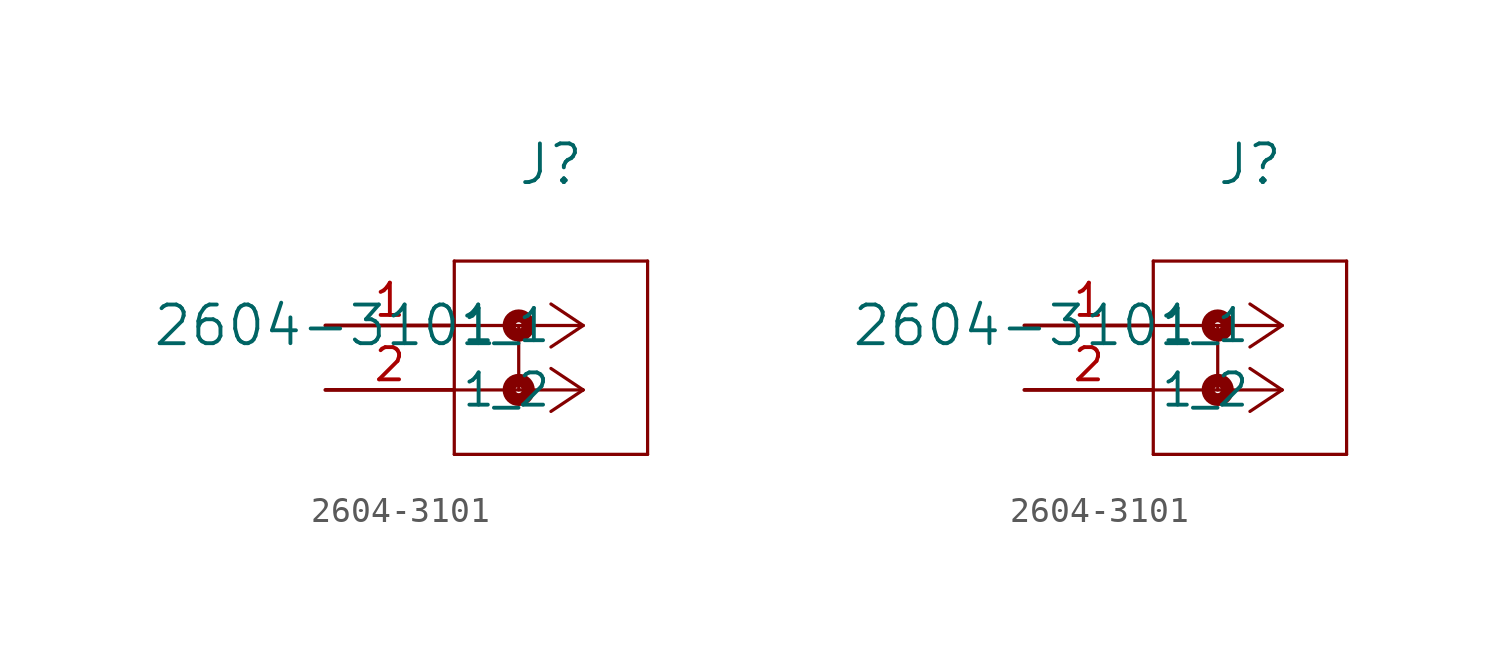
<source format=kicad_sym>
(kicad_symbol_lib
  (version 20211014)
  (generator kicad_symbol_editor)
  (symbol "2604-3101"
    (pin_names
      (offset 0.254))
    (property "Reference" "J"
      (at 8.89 6.35 0)
      (effects (font (size 1.524 1.524))))
    (property "Value" "2604-3101"
      (at 0 0 0)
      (effects (font (size 1.524 1.524))))
    (symbol "2604-3101_1_1"
      (polyline (pts (xy 10.16 0) (xy 5.08 0)) (stroke (width 0.127) (type default) (color 0 0 0 0)) (fill (type none)))
      (polyline (pts (xy 10.16 -2.54) (xy 5.08 -2.54)) (stroke (width 0.127) (type default) (color 0 0 0 0)) (fill (type none)))
      (polyline (pts (xy 10.16 0) (xy 8.89 0.847)) (stroke (width 0.127) (type default) (color 0 0 0 0)) (fill (type none)))
      (polyline (pts (xy 10.16 -2.54) (xy 8.89 -1.693)) (stroke (width 0.127) (type default) (color 0 0 0 0)) (fill (type none)))
      (polyline (pts (xy 10.16 0) (xy 8.89 -0.847)) (stroke (width 0.127) (type default) (color 0 0 0 0)) (fill (type none)))
      (polyline (pts (xy 10.16 -2.54) (xy 8.89 -3.387)) (stroke (width 0.127) (type default) (color 0 0 0 0)) (fill (type none)))
      (polyline (pts (xy 5.08 2.54) (xy 5.08 -5.08)) (stroke (width 0.127) (type default) (color 0 0 0 0)) (fill (type none)))
      (polyline (pts (xy 5.08 -5.08) (xy 12.7 -5.08)) (stroke (width 0.127) (type default) (color 0 0 0 0)) (fill (type none)))
      (polyline (pts (xy 12.7 -5.08) (xy 12.7 2.54)) (stroke (width 0.127) (type default) (color 0 0 0 0)) (fill (type none)))
      (polyline (pts (xy 12.7 2.54) (xy 5.08 2.54)) (stroke (width 0.127) (type default) (color 0 0 0 0)) (fill (type none)))
      (circle (center 7.62 0) (radius 0.127) (stroke (width 0.508) (type default) (color 0 0 0 0)) (fill (type none)))
      (polyline (pts (xy 7.62 0) (xy 7.62 -2.54)) (stroke (width 0.127) (type default) (color 0 0 0 0)) (fill (type none)))
      (circle (center 7.62 -2.54) (radius 0.127) (stroke (width 0.508) (type default) (color 0 0 0 0)) (fill (type none)))
      (pin unspecified line (at 0 0 0) (length 5.08) (name "1_1" (effects (font (size 1.27 1.27)))) (number "1" (effects (font (size 1.27 1.27)))))
      (pin unspecified line (at 0 -2.54 0) (length 5.08) (name "1_2" (effects (font (size 1.27 1.27)))) (number "2" (effects (font (size 1.27 1.27))))))
    (symbol "2604-3101_1_2"
      (polyline (pts (xy 10.16 0) (xy 5.08 0)) (stroke (width 0.127) (type default) (color 0 0 0 0)) (fill (type none)))
      (polyline (pts (xy 10.16 -2.54) (xy 5.08 -2.54)) (stroke (width 0.127) (type default) (color 0 0 0 0)) (fill (type none)))
      (polyline (pts (xy 10.16 0) (xy 8.89 0.847)) (stroke (width 0.127) (type default) (color 0 0 0 0)) (fill (type none)))
      (polyline (pts (xy 10.16 -2.54) (xy 8.89 -1.693)) (stroke (width 0.127) (type default) (color 0 0 0 0)) (fill (type none)))
      (polyline (pts (xy 10.16 0) (xy 8.89 -0.847)) (stroke (width 0.127) (type default) (color 0 0 0 0)) (fill (type none)))
      (polyline (pts (xy 10.16 -2.54) (xy 8.89 -3.387)) (stroke (width 0.127) (type default) (color 0 0 0 0)) (fill (type none)))
      (polyline (pts (xy 5.08 2.54) (xy 5.08 -5.08)) (stroke (width 0.127) (type default) (color 0 0 0 0)) (fill (type none)))
      (polyline (pts (xy 5.08 -5.08) (xy 12.7 -5.08)) (stroke (width 0.127) (type default) (color 0 0 0 0)) (fill (type none)))
      (polyline (pts (xy 12.7 -5.08) (xy 12.7 2.54)) (stroke (width 0.127) (type default) (color 0 0 0 0)) (fill (type none)))
      (polyline (pts (xy 12.7 2.54) (xy 5.08 2.54)) (stroke (width 0.127) (type default) (color 0 0 0 0)) (fill (type none)))
      (circle (center 7.62 0) (radius 0.127) (stroke (width 0.508) (type default) (color 0 0 0 0)) (fill (type none)))
      (polyline (pts (xy 7.62 0) (xy 7.62 -2.54)) (stroke (width 0.127) (type default) (color 0 0 0 0)) (fill (type none)))
      (circle (center 7.62 -2.54) (radius 0.127) (stroke (width 0.508) (type default) (color 0 0 0 0)) (fill (type none)))
      (pin unspecified line (at 0 0 0) (length 5.08) (name "1_1" (effects (font (size 1.27 1.27)))) (number "1" (effects (font (size 1.27 1.27)))))
      (pin unspecified line (at 0 -2.54 0) (length 5.08) (name "1_2" (effects (font (size 1.27 1.27)))) (number "2" (effects (font (size 1.27 1.27))))))))
</source>
